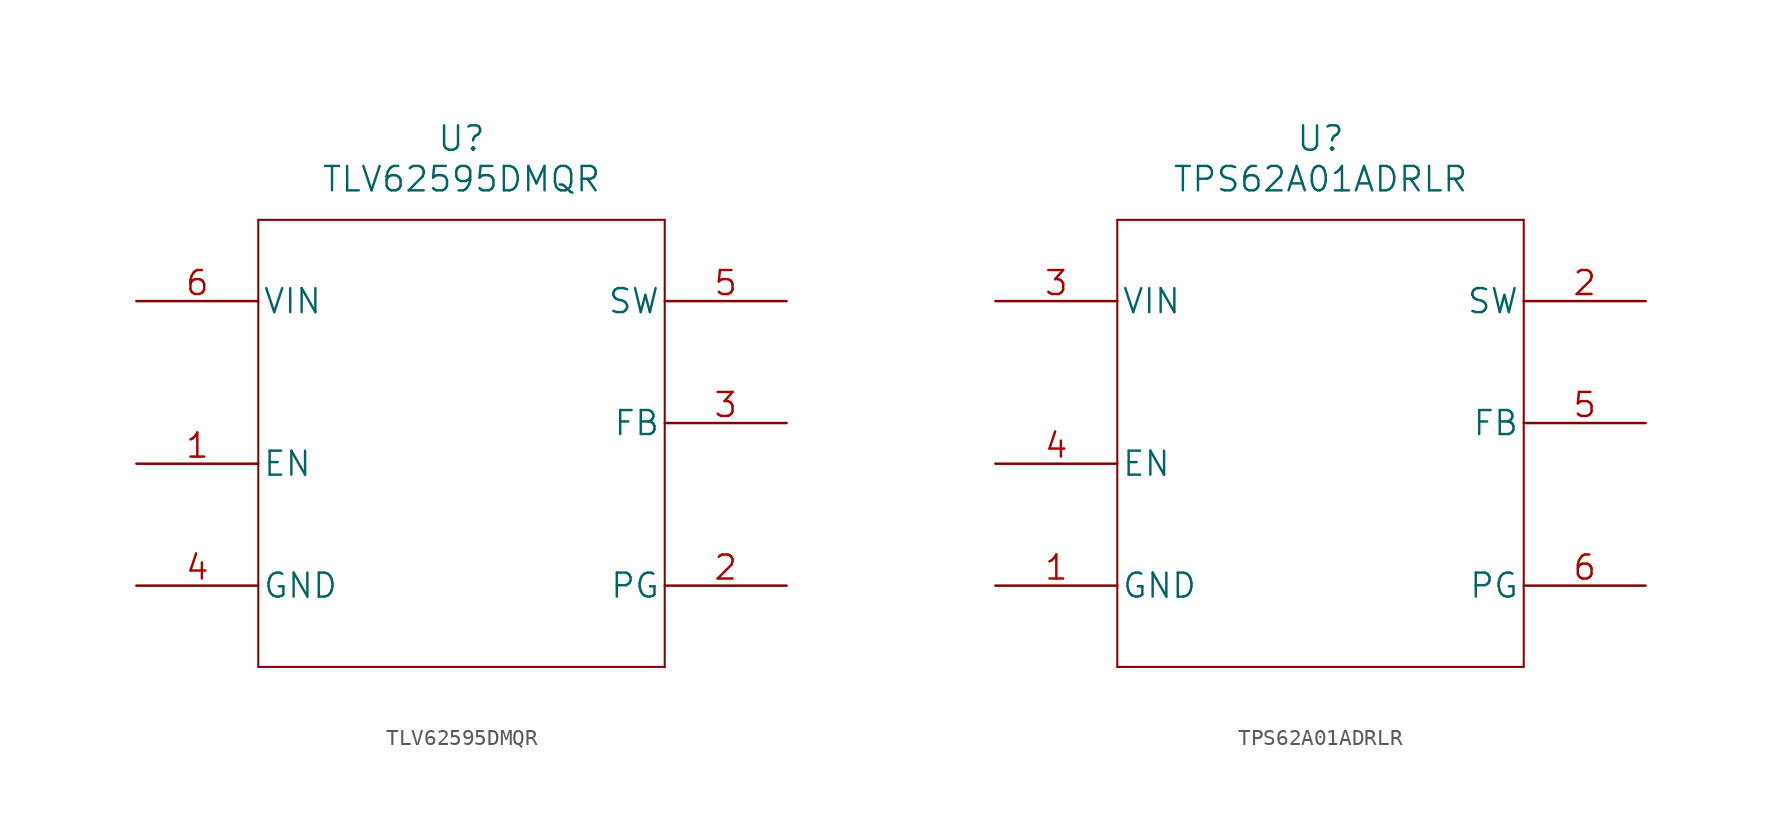
<source format=kicad_sym>
(kicad_symbol_lib
  (version 20220914)
  (generator kicad_symbol_editor)
  (symbol "TLV62595DMQR"
    (pin_names
      (offset 0.254))
    (property "Reference" "U"
      (at 20.32 10.16 0)
      (effects (font (size 1.524 1.524))))
    (property "Value" "TLV62595DMQR"
      (at 20.32 7.62 0)
      (effects (font (size 1.524 1.524))))
    (property "Datasheet" ""
      (at 0 -10.16 0)
      (effects (font (size 1.524 1.524))))
    (symbol "TLV62595DMQR_1_1"
      (polyline (pts (xy 7.62 -22.86) (xy 33.02 -22.86)) (stroke (width 0.127) (type solid)) (fill (type none)))
      (polyline (pts (xy 7.62 5.08) (xy 7.62 -22.86)) (stroke (width 0.127) (type solid)) (fill (type none)))
      (polyline (pts (xy 33.02 -22.86) (xy 33.02 5.08)) (stroke (width 0.127) (type solid)) (fill (type none)))
      (polyline (pts (xy 33.02 5.08) (xy 7.62 5.08)) (stroke (width 0.127) (type solid)) (fill (type none)))
      (pin input line (at 0 -10.16 0) (length 7.62) (name "EN" (effects (font (size 1.499 1.499)))) (number "1" (effects (font (size 1.499 1.499)))))
      (pin output line (at 40.64 -17.78 180) (length 7.62) (name "PG" (effects (font (size 1.499 1.499)))) (number "2" (effects (font (size 1.499 1.499)))))
      (pin input line (at 40.64 -7.62 180) (length 7.62) (name "FB" (effects (font (size 1.499 1.499)))) (number "3" (effects (font (size 1.499 1.499)))))
      (pin power_in line (at 0 -17.78 0) (length 7.62) (name "GND" (effects (font (size 1.499 1.499)))) (number "4" (effects (font (size 1.499 1.499)))))
      (pin output line (at 40.64 0 180) (length 7.62) (name "SW" (effects (font (size 1.499 1.499)))) (number "5" (effects (font (size 1.499 1.499)))))
      (pin power_in line (at 0 0 0) (length 7.62) (name "VIN" (effects (font (size 1.499 1.499)))) (number "6" (effects (font (size 1.499 1.499)))))))
  (symbol "TPS62A01ADRLR"
    (pin_names
      (offset 0.254))
    (property "Reference" "U"
      (at 20.32 10.16 0)
      (effects (font (size 1.524 1.524))))
    (property "Value" "TPS62A01ADRLR"
      (at 20.32 7.62 0)
      (effects (font (size 1.524 1.524))))
    (property "Datasheet" ""
      (at 0 -10.16 0)
      (effects (font (size 1.524 1.524))))
    (symbol "TPS62A01ADRLR_1_1"
      (polyline (pts (xy 7.62 -22.86) (xy 33.02 -22.86)) (stroke (width 0.127) (type solid)) (fill (type none)))
      (polyline (pts (xy 7.62 5.08) (xy 7.62 -22.86)) (stroke (width 0.127) (type solid)) (fill (type none)))
      (polyline (pts (xy 33.02 -22.86) (xy 33.02 5.08)) (stroke (width 0.127) (type solid)) (fill (type none)))
      (polyline (pts (xy 33.02 5.08) (xy 7.62 5.08)) (stroke (width 0.127) (type solid)) (fill (type none)))
      (pin power_in line (at 0 -17.78 0) (length 7.62) (name "GND" (effects (font (size 1.499 1.499)))) (number "1" (effects (font (size 1.499 1.499)))))
      (pin output line (at 40.64 0 180) (length 7.62) (name "SW" (effects (font (size 1.499 1.499)))) (number "2" (effects (font (size 1.499 1.499)))))
      (pin power_in line (at 0 0 0) (length 7.62) (name "VIN" (effects (font (size 1.499 1.499)))) (number "3" (effects (font (size 1.499 1.499)))))
      (pin input line (at 0 -10.16 0) (length 7.62) (name "EN" (effects (font (size 1.499 1.499)))) (number "4" (effects (font (size 1.499 1.499)))))
      (pin input line (at 40.64 -7.62 180) (length 7.62) (name "FB" (effects (font (size 1.499 1.499)))) (number "5" (effects (font (size 1.499 1.499)))))
      (pin output line (at 40.64 -17.78 180) (length 7.62) (name "PG" (effects (font (size 1.499 1.499)))) (number "6" (effects (font (size 1.499 1.499))))))))
</source>
